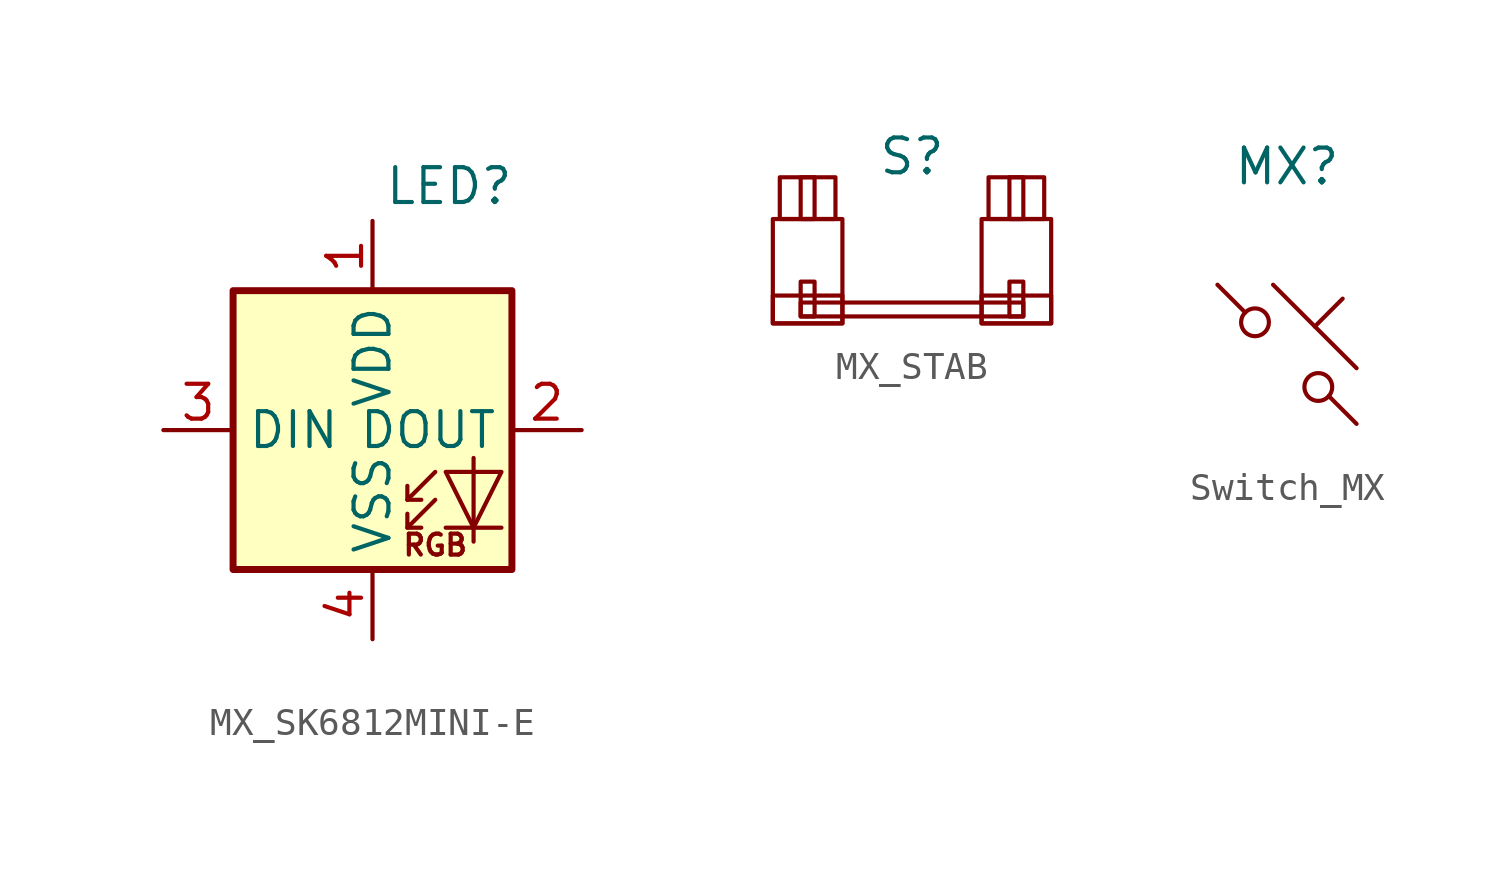
<source format=kicad_sym>
(kicad_symbol_lib
  (version 20231120)
  (generator "kicad_symbol_editor")
  (generator_version "8.0")
  (symbol "MX_SK6812MINI-E"
    (property "Reference" "LED"
      (at 2.794 8.89 0)
      (effects (font (size 1.27 1.27))))
    (property "Value" ""
      (at 0 0 0)
      (effects (font (size 1.27 1.27))))
    (symbol "MX_SK6812MINI-E_0_0"
      (text "RGB" (at 2.286 -4.191 0) (effects (font (size 0.762 0.762)))))
    (symbol "MX_SK6812MINI-E_0_1"
      (rectangle (start -5.08 5.08) (end 5.08 -5.08) (stroke (width 0.254) (type default)) (fill (type background)))
      (polyline (pts (xy 1.27 -3.556) (xy 1.778 -3.556)) (stroke (width 0) (type default)) (fill (type none)))
      (polyline (pts (xy 1.27 -2.54) (xy 1.778 -2.54)) (stroke (width 0) (type default)) (fill (type none)))
      (polyline (pts (xy 4.699 -3.556) (xy 2.667 -3.556)) (stroke (width 0) (type default)) (fill (type none)))
      (polyline (pts (xy 2.286 -2.54) (xy 1.27 -3.556) (xy 1.27 -3.048)) (stroke (width 0) (type default)) (fill (type none)))
      (polyline (pts (xy 2.286 -1.524) (xy 1.27 -2.54) (xy 1.27 -2.032)) (stroke (width 0) (type default)) (fill (type none)))
      (polyline (pts (xy 3.683 -1.016) (xy 3.683 -3.556) (xy 3.683 -4.064)) (stroke (width 0) (type default)) (fill (type none)))
      (polyline (pts (xy 4.699 -1.524) (xy 2.667 -1.524) (xy 3.683 -3.556) (xy 4.699 -1.524)) (stroke (width 0) (type default)) (fill (type none))))
    (symbol "MX_SK6812MINI-E_1_1"
      (pin power_in line (at 0 7.62 270) (length 2.54) (name "VDD" (effects (font (size 1.27 1.27)))) (number "1" (effects (font (size 1.27 1.27)))))
      (pin output line (at 7.62 0 180) (length 2.54) (name "DOUT" (effects (font (size 1.27 1.27)))) (number "2" (effects (font (size 1.27 1.27)))))
      (pin input line (at -7.62 0 0) (length 2.54) (name "DIN" (effects (font (size 1.27 1.27)))) (number "3" (effects (font (size 1.27 1.27)))))
      (pin power_in line (at 0 -7.62 90) (length 2.54) (name "VSS" (effects (font (size 1.27 1.27)))) (number "4" (effects (font (size 1.27 1.27)))))))
  (symbol "MX_STAB"
    (property "Reference" "S"
      (at 0 3.81 0)
      (effects (font (size 1.27 1.27))))
    (property "Value" ""
      (at 0 0 0)
      (effects (font (size 1.27 1.27))))
    (symbol "MX_STAB_0_1"
      (rectangle (start -5.08 -1.27) (end -2.54 -2.286) (stroke (width 0) (type default)) (fill (type none)))
      (rectangle (start -5.08 1.524) (end -2.54 -2.286) (stroke (width 0) (type default)) (fill (type none)))
      (rectangle (start -4.826 3.048) (end -2.794 1.524) (stroke (width 0) (type default)) (fill (type none)))
      (rectangle (start -4.064 -2.032) (end -3.556 -0.762) (stroke (width 0) (type default)) (fill (type none)))
      (rectangle (start -4.064 -1.524) (end 4.064 -2.032) (stroke (width 0) (type default)) (fill (type none)))
      (rectangle (start -4.064 1.524) (end -3.556 3.048) (stroke (width 0) (type default)) (fill (type none)))
      (rectangle (start 2.54 -1.27) (end 5.08 -2.286) (stroke (width 0) (type default)) (fill (type none)))
      (rectangle (start 2.54 1.524) (end 5.08 -2.286) (stroke (width 0) (type default)) (fill (type none)))
      (rectangle (start 2.794 3.048) (end 4.826 1.524) (stroke (width 0) (type default)) (fill (type none)))
      (rectangle (start 3.556 1.524) (end 4.064 3.048) (stroke (width 0) (type default)) (fill (type none)))
      (rectangle (start 4.064 -2.032) (end 3.556 -0.762) (stroke (width 0) (type default)) (fill (type none)))))
  (symbol "Switch_MX"
    (property "Reference" "MX"
      (at 0 6.858 0)
      (effects (font (size 1.27 1.27))))
    (property "Value" ""
      (at 0 0 0)
      (effects (font (size 1.27 1.27))))
    (symbol "Switch_MX_0_1"
      (circle (center -1.168 1.168) (radius 0.508) (stroke (width 0) (type default)) (fill (type none)))
      (polyline (pts (xy -0.508 2.54) (xy 2.54 -0.508)) (stroke (width 0) (type default)) (fill (type none)))
      (polyline (pts (xy 1.016 1.016) (xy 2.032 2.032)) (stroke (width 0) (type default)) (fill (type none)))
      (polyline (pts (xy -2.54 2.54) (xy -1.524 1.524) (xy -1.524 1.524)) (stroke (width 0) (type default)) (fill (type none)))
      (polyline (pts (xy 1.524 -1.524) (xy 2.54 -2.54) (xy 2.54 -2.54) (xy 2.54 -2.54)) (stroke (width 0) (type default)) (fill (type none)))
      (circle (center 1.143 -1.194) (radius 0.508) (stroke (width 0) (type default)) (fill (type none)))
      (pin passive line (at -2.54 2.54 0) (length 0) hide (name "1" (effects (font (size 1.27 1.27)))) (number "1" (effects (font (size 1.27 1.27)))))
      (pin passive line (at 2.54 -2.54 180) (length 0) hide (name "2" (effects (font (size 1.27 1.27)))) (number "2" (effects (font (size 1.27 1.27))))))))
</source>
